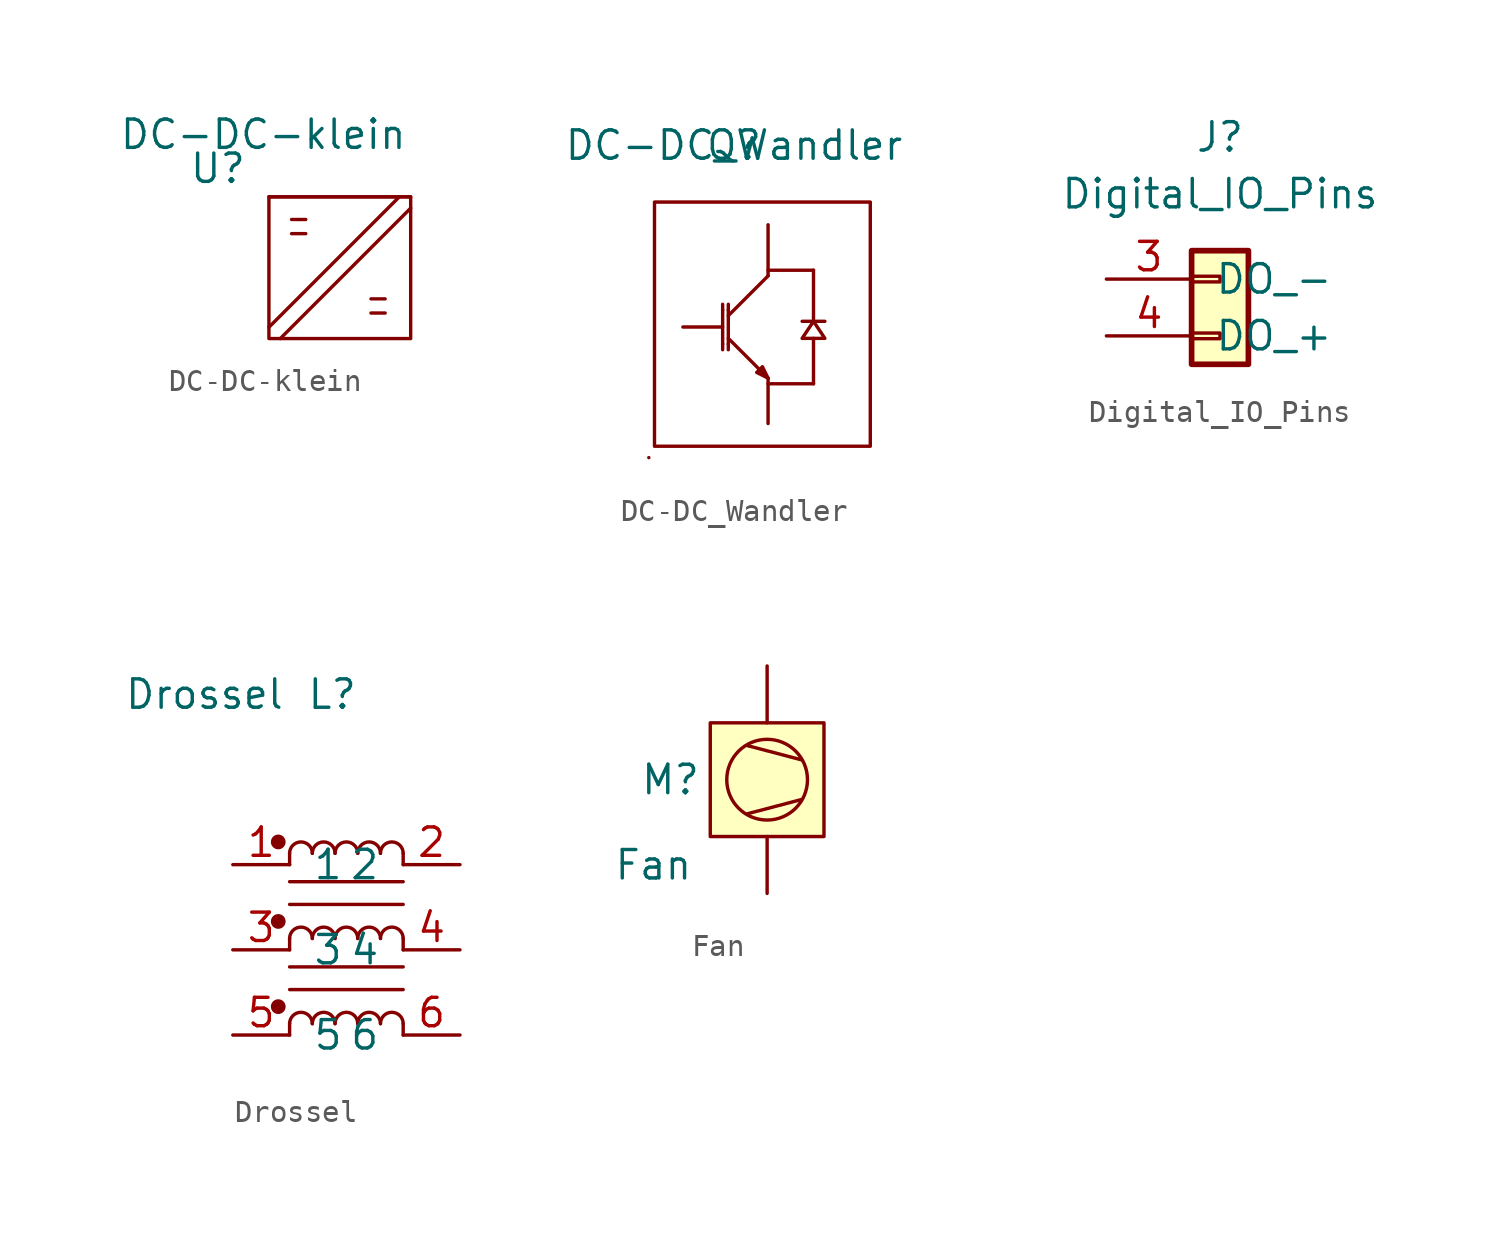
<source format=kicad_sym>
(kicad_symbol_lib
  (version 20231120)
  (generator "kicad_symbol_editor")
  (generator_version "8.0")
  (symbol "DC-DC-klein"
    (pin_names
      (offset 1.016))
    (property "Reference" "U"
      (at -2.286 1.27 0)
      (effects (font (size 1.27 1.27))))
    (property "Value" "DC-DC-klein"
      (at -0.254 2.794 0)
      (effects (font (size 1.27 1.27))))
    (symbol "DC-DC-klein_1_1"
      (polyline (pts (xy 0 -5.842) (xy 5.842 0)) (stroke (width 0) (type solid)) (fill (type none)))
      (polyline (pts (xy 1.016 -1.651) (xy 1.651 -1.651)) (stroke (width 0) (type solid)) (fill (type none)))
      (polyline (pts (xy 1.016 -1.016) (xy 1.651 -1.016)) (stroke (width 0) (type solid)) (fill (type none)))
      (polyline (pts (xy 4.572 -5.207) (xy 5.207 -5.207)) (stroke (width 0) (type solid)) (fill (type none)))
      (polyline (pts (xy 4.572 -4.572) (xy 5.207 -4.572)) (stroke (width 0) (type solid)) (fill (type none)))
      (polyline (pts (xy 6.35 -0.508) (xy 0.508 -6.35)) (stroke (width 0) (type solid)) (fill (type none)))
      (rectangle (start 0 0) (end 6.35 0) (stroke (width 0) (type solid)) (fill (type none)))
      (rectangle (start 6.35 0) (end 0 -6.35) (stroke (width 0) (type solid)) (fill (type none)))))
  (symbol "DC-DC_Wandler"
    (pin_names
      (offset 1.016))
    (property "Reference" "Q"
      (at 0 0 0)
      (effects (font (size 1.27 1.27))))
    (property "Value" "DC-DC_Wandler"
      (at 0 0 0)
      (effects (font (size 1.27 1.27))))
    (symbol "DC-DC_Wandler_0_1"
      (rectangle (start -3.81 -13.97) (end -3.81 -13.97) (stroke (width 0) (type solid)) (fill (type none)))
      (rectangle (start -3.556 -2.54) (end 6.096 -13.462) (stroke (width 0) (type solid)) (fill (type none)))
      (polyline (pts (xy -2.286 -8.128) (xy -0.508 -8.128)) (stroke (width 0) (type solid)) (fill (type none)))
      (polyline (pts (xy -0.508 -8.89) (xy -0.508 -9.144)) (stroke (width 0) (type solid)) (fill (type none)))
      (polyline (pts (xy -0.508 -7.366) (xy -0.508 -8.89)) (stroke (width 0) (type solid)) (fill (type none)))
      (polyline (pts (xy -0.508 -7.366) (xy -0.508 -7.112)) (stroke (width 0) (type solid)) (fill (type none)))
      (polyline (pts (xy -0.254 -8.89) (xy -0.254 -9.144)) (stroke (width 0) (type solid)) (fill (type none)))
      (polyline (pts (xy -0.254 -8.636) (xy 1.524 -10.414)) (stroke (width 0) (type solid)) (fill (type none)))
      (polyline (pts (xy -0.254 -7.62) (xy 1.524 -5.842)) (stroke (width 0) (type solid)) (fill (type none)))
      (polyline (pts (xy -0.254 -7.366) (xy -0.254 -8.89)) (stroke (width 0) (type solid)) (fill (type none)))
      (polyline (pts (xy -0.254 -7.366) (xy -0.254 -7.112)) (stroke (width 0) (type solid)) (fill (type none)))
      (polyline (pts (xy 1.524 -10.668) (xy 3.556 -10.668)) (stroke (width 0) (type solid)) (fill (type none)))
      (polyline (pts (xy 1.524 -10.414) (xy 1.524 -12.446)) (stroke (width 0) (type solid)) (fill (type none)))
      (polyline (pts (xy 1.524 -5.842) (xy 1.524 -3.556)) (stroke (width 0) (type solid)) (fill (type none)))
      (polyline (pts (xy 3.048 -7.874) (xy 4.064 -7.874)) (stroke (width 0) (type solid)) (fill (type none)))
      (polyline (pts (xy 3.556 -10.668) (xy 3.556 -8.636)) (stroke (width 0) (type solid)) (fill (type none)))
      (polyline (pts (xy 3.556 -7.874) (xy 3.556 -5.588)) (stroke (width 0) (type solid)) (fill (type none)))
      (polyline (pts (xy 3.556 -5.588) (xy 1.524 -5.588)) (stroke (width 0) (type solid)) (fill (type none)))
      (polyline (pts (xy 1.524 -10.414) (xy 1.27 -9.906) (xy 1.016 -10.16) (xy 1.524 -10.414)) (stroke (width 0) (type solid)) (fill (type none)))
      (polyline (pts (xy 3.048 -8.636) (xy 4.064 -8.636) (xy 3.556 -7.874) (xy 3.048 -8.636)) (stroke (width 0) (type solid)) (fill (type none)))))
  (symbol "Digital_IO_Pins"
    (pin_names
      (offset 1.016))
    (property "Reference" "J"
      (at 1.27 5.08 0)
      (effects (font (size 1.27 1.27))))
    (property "Value" "Digital_IO_Pins"
      (at 1.27 2.54 0)
      (effects (font (size 1.27 1.27))))
    (symbol "Digital_IO_Pins_1_1"
      (rectangle (start 0 -3.683) (end 1.27 -3.937) (stroke (width 0.152) (type solid)) (fill (type none)))
      (rectangle (start 0 -1.143) (end 1.27 -1.397) (stroke (width 0.152) (type solid)) (fill (type none)))
      (rectangle (start 0 0) (end 2.54 -5.08) (stroke (width 0.254) (type solid)) (fill (type background)))
      (pin passive line (at -3.81 -1.27 0) (length 3.81) (name "DO_-" (effects (font (size 1.27 1.27)))) (number "3" (effects (font (size 1.27 1.27)))))
      (pin passive line (at -3.81 -3.81 0) (length 3.81) (name "DO_+" (effects (font (size 1.27 1.27)))) (number "4" (effects (font (size 1.27 1.27)))))))
  (symbol "Drossel"
    (pin_names
      (offset 1.016))
    (property "Reference" "L"
      (at -0.635 8.89 0)
      (effects (font (size 1.27 1.27))))
    (property "Value" "Drossel"
      (at -6.35 8.89 0)
      (effects (font (size 1.27 1.27))))
    (symbol "Drossel_1_1"
      (circle (center -3.048 -5.08) (radius 0.254) (stroke (width 0) (type solid)) (fill (type outline)))
      (circle (center -3.048 -1.27) (radius 0.254) (stroke (width 0) (type solid)) (fill (type outline)))
      (circle (center -3.048 2.286) (radius 0.254) (stroke (width 0) (type solid)) (fill (type outline)))
      (arc (start -1.524 -5.842) (mid -2.032 -5.334) (end -2.54 -5.842) (stroke (width 0) (type solid)) (fill (type none)))
      (arc (start -1.524 -2.032) (mid -2.032 -1.524) (end -2.54 -2.032) (stroke (width 0) (type solid)) (fill (type none)))
      (arc (start -1.524 1.778) (mid -2.032 2.286) (end -2.54 1.778) (stroke (width 0) (type solid)) (fill (type none)))
      (arc (start -0.508 -5.842) (mid -1.016 -5.334) (end -1.524 -5.842) (stroke (width 0) (type solid)) (fill (type none)))
      (arc (start -0.508 -2.032) (mid -1.016 -1.524) (end -1.524 -2.032) (stroke (width 0) (type solid)) (fill (type none)))
      (arc (start -0.508 1.778) (mid -1.016 2.286) (end -1.524 1.778) (stroke (width 0) (type solid)) (fill (type none)))
      (polyline (pts (xy -2.54 -5.842) (xy -2.54 -6.35)) (stroke (width 0) (type solid)) (fill (type none)))
      (polyline (pts (xy -2.54 -3.302) (xy 2.54 -3.302)) (stroke (width 0) (type solid)) (fill (type none)))
      (polyline (pts (xy -2.54 -2.032) (xy -2.54 -2.54)) (stroke (width 0) (type solid)) (fill (type none)))
      (polyline (pts (xy -2.54 0.508) (xy 2.54 0.508)) (stroke (width 0) (type solid)) (fill (type none)))
      (polyline (pts (xy -2.54 1.778) (xy -2.54 1.27)) (stroke (width 0) (type solid)) (fill (type none)))
      (polyline (pts (xy 2.54 -5.842) (xy 2.54 -6.35)) (stroke (width 0) (type solid)) (fill (type none)))
      (polyline (pts (xy 2.54 -4.318) (xy -2.54 -4.318)) (stroke (width 0) (type solid)) (fill (type none)))
      (polyline (pts (xy 2.54 -2.032) (xy 2.54 -2.54)) (stroke (width 0) (type solid)) (fill (type none)))
      (polyline (pts (xy 2.54 -0.508) (xy -2.54 -0.508)) (stroke (width 0) (type solid)) (fill (type none)))
      (polyline (pts (xy 2.54 1.27) (xy 2.54 1.778)) (stroke (width 0) (type solid)) (fill (type none)))
      (arc (start 0.508 -5.842) (mid 0 -5.334) (end -0.508 -5.842) (stroke (width 0) (type solid)) (fill (type none)))
      (arc (start 0.508 -2.032) (mid 0 -1.524) (end -0.508 -2.032) (stroke (width 0) (type solid)) (fill (type none)))
      (arc (start 0.508 1.778) (mid 0 2.286) (end -0.508 1.778) (stroke (width 0) (type solid)) (fill (type none)))
      (arc (start 1.524 -5.842) (mid 1.016 -5.334) (end 0.508 -5.842) (stroke (width 0) (type solid)) (fill (type none)))
      (arc (start 1.524 -2.032) (mid 1.016 -1.524) (end 0.508 -2.032) (stroke (width 0) (type solid)) (fill (type none)))
      (arc (start 1.524 1.778) (mid 1.016 2.286) (end 0.508 1.778) (stroke (width 0) (type solid)) (fill (type none)))
      (arc (start 2.54 -5.842) (mid 2.032 -5.334) (end 1.524 -5.842) (stroke (width 0) (type solid)) (fill (type none)))
      (arc (start 2.54 -2.032) (mid 2.032 -1.524) (end 1.524 -2.032) (stroke (width 0) (type solid)) (fill (type none)))
      (arc (start 2.54 1.778) (mid 2.032 2.286) (end 1.524 1.778) (stroke (width 0) (type solid)) (fill (type none)))
      (pin passive line (at -5.08 1.27 0) (length 2.54) (name "1" (effects (font (size 1.27 1.27)))) (number "1" (effects (font (size 1.27 1.27)))))
      (pin passive line (at 5.08 1.27 180) (length 2.54) (name "2" (effects (font (size 1.27 1.27)))) (number "2" (effects (font (size 1.27 1.27)))))
      (pin passive line (at -5.08 -2.54 0) (length 2.54) (name "3" (effects (font (size 1.27 1.27)))) (number "3" (effects (font (size 1.27 1.27)))))
      (pin passive line (at 5.08 -2.54 180) (length 2.54) (name "4" (effects (font (size 1.27 1.27)))) (number "4" (effects (font (size 1.27 1.27)))))
      (pin passive line (at -5.08 -6.35 0) (length 2.54) (name "5" (effects (font (size 1.27 1.27)))) (number "5" (effects (font (size 1.27 1.27)))))
      (pin passive line (at 5.08 -6.35 180) (length 2.54) (name "6" (effects (font (size 1.27 1.27)))) (number "6" (effects (font (size 1.27 1.27)))))))
  (symbol "Fan"
    (pin_names
      (offset 1.016))
    (property "Reference" "M"
      (at -4.318 0 0)
      (effects (font (size 1.27 1.27))))
    (property "Value" "Fan"
      (at -5.08 -3.81 0)
      (effects (font (size 1.27 1.27))))
    (symbol "Fan_0_1"
      (rectangle (start -2.54 2.54) (end 2.54 -2.54) (stroke (width 0) (type solid)) (fill (type background)))
      (polyline (pts (xy -0.889 -1.524) (xy 1.524 -0.889)) (stroke (width 0) (type solid)) (fill (type none)))
      (polyline (pts (xy 1.524 0.889) (xy -0.889 1.524)) (stroke (width 0) (type solid)) (fill (type outline)))
      (circle (center 0 0) (radius 1.803) (stroke (width 0) (type solid)) (fill (type background))))
    (symbol "Fan_1_1"
      (pin input line (at 0 -5.08 90) (length 2.54) (name "~" (effects (font (size 1.27 1.27)))) (number "~" (effects (font (size 1.27 1.27)))))
      (pin input line (at 0 5.08 270) (length 2.54) (name "~" (effects (font (size 1.27 1.27)))) (number "~" (effects (font (size 1.27 1.27))))))))
</source>
